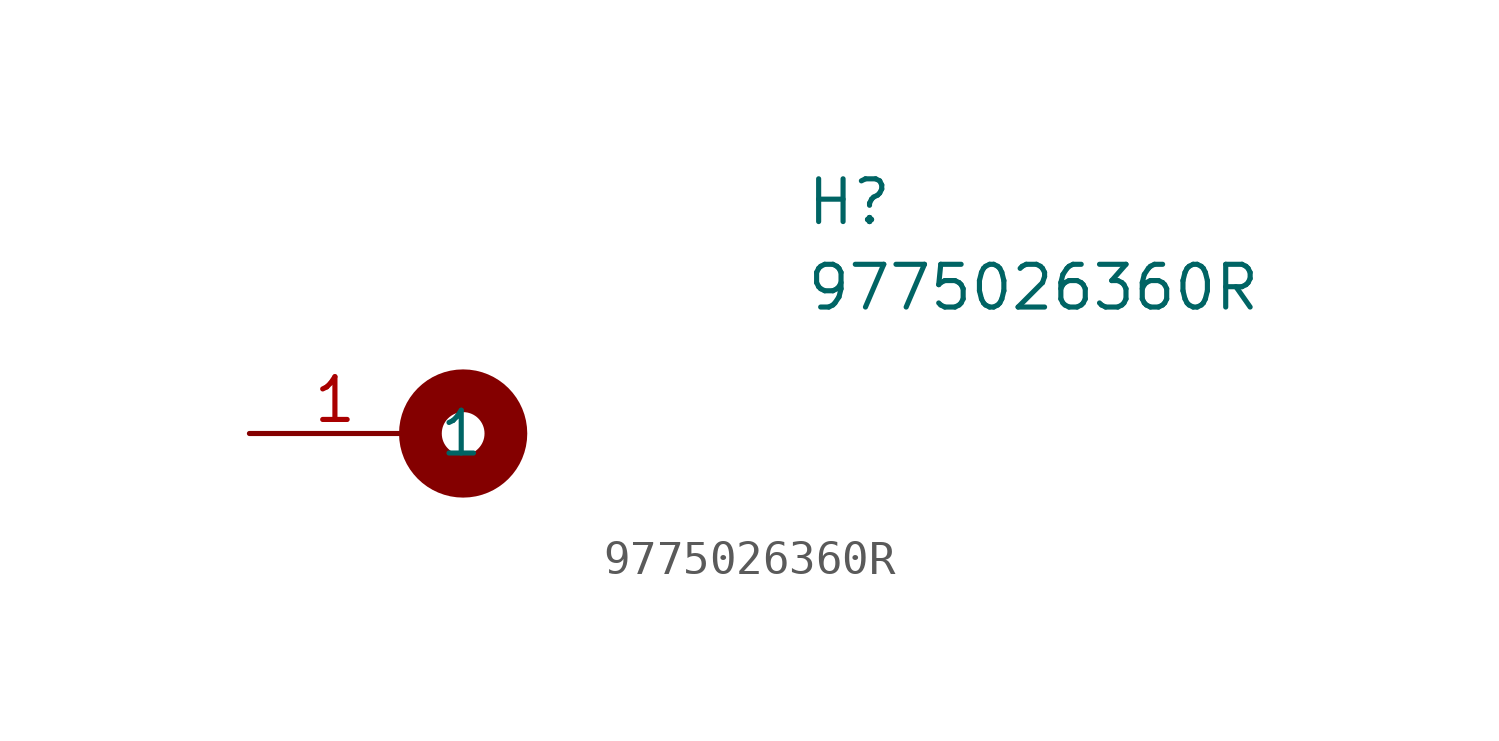
<source format=kicad_sym>
(kicad_symbol_lib
  (version 20241209)
  (generator "kicad_symbol_editor")
  (generator_version "9.0")
  (symbol "9775026360R"
    (property "Reference" "H"
      (at 16.51 7.62 0)
      (effects (font (size 1.27 1.27)) (justify left top)))
    (property "Value" "9775026360R"
      (at 16.51 5.08 0)
      (effects (font (size 1.27 1.27)) (justify left top)))
    (symbol "9775026360R_0_1"
      (circle (center 6.35 0) (radius 1.27) (stroke (width 1.27) (type default)) (fill (type none))))
    (symbol "9775026360R_1_1"
      (pin passive line (at 0 0 0) (length 5.08) (name "1" (effects (font (size 1.27 1.27)))) (number "1" (effects (font (size 1.27 1.27))))))))
</source>
